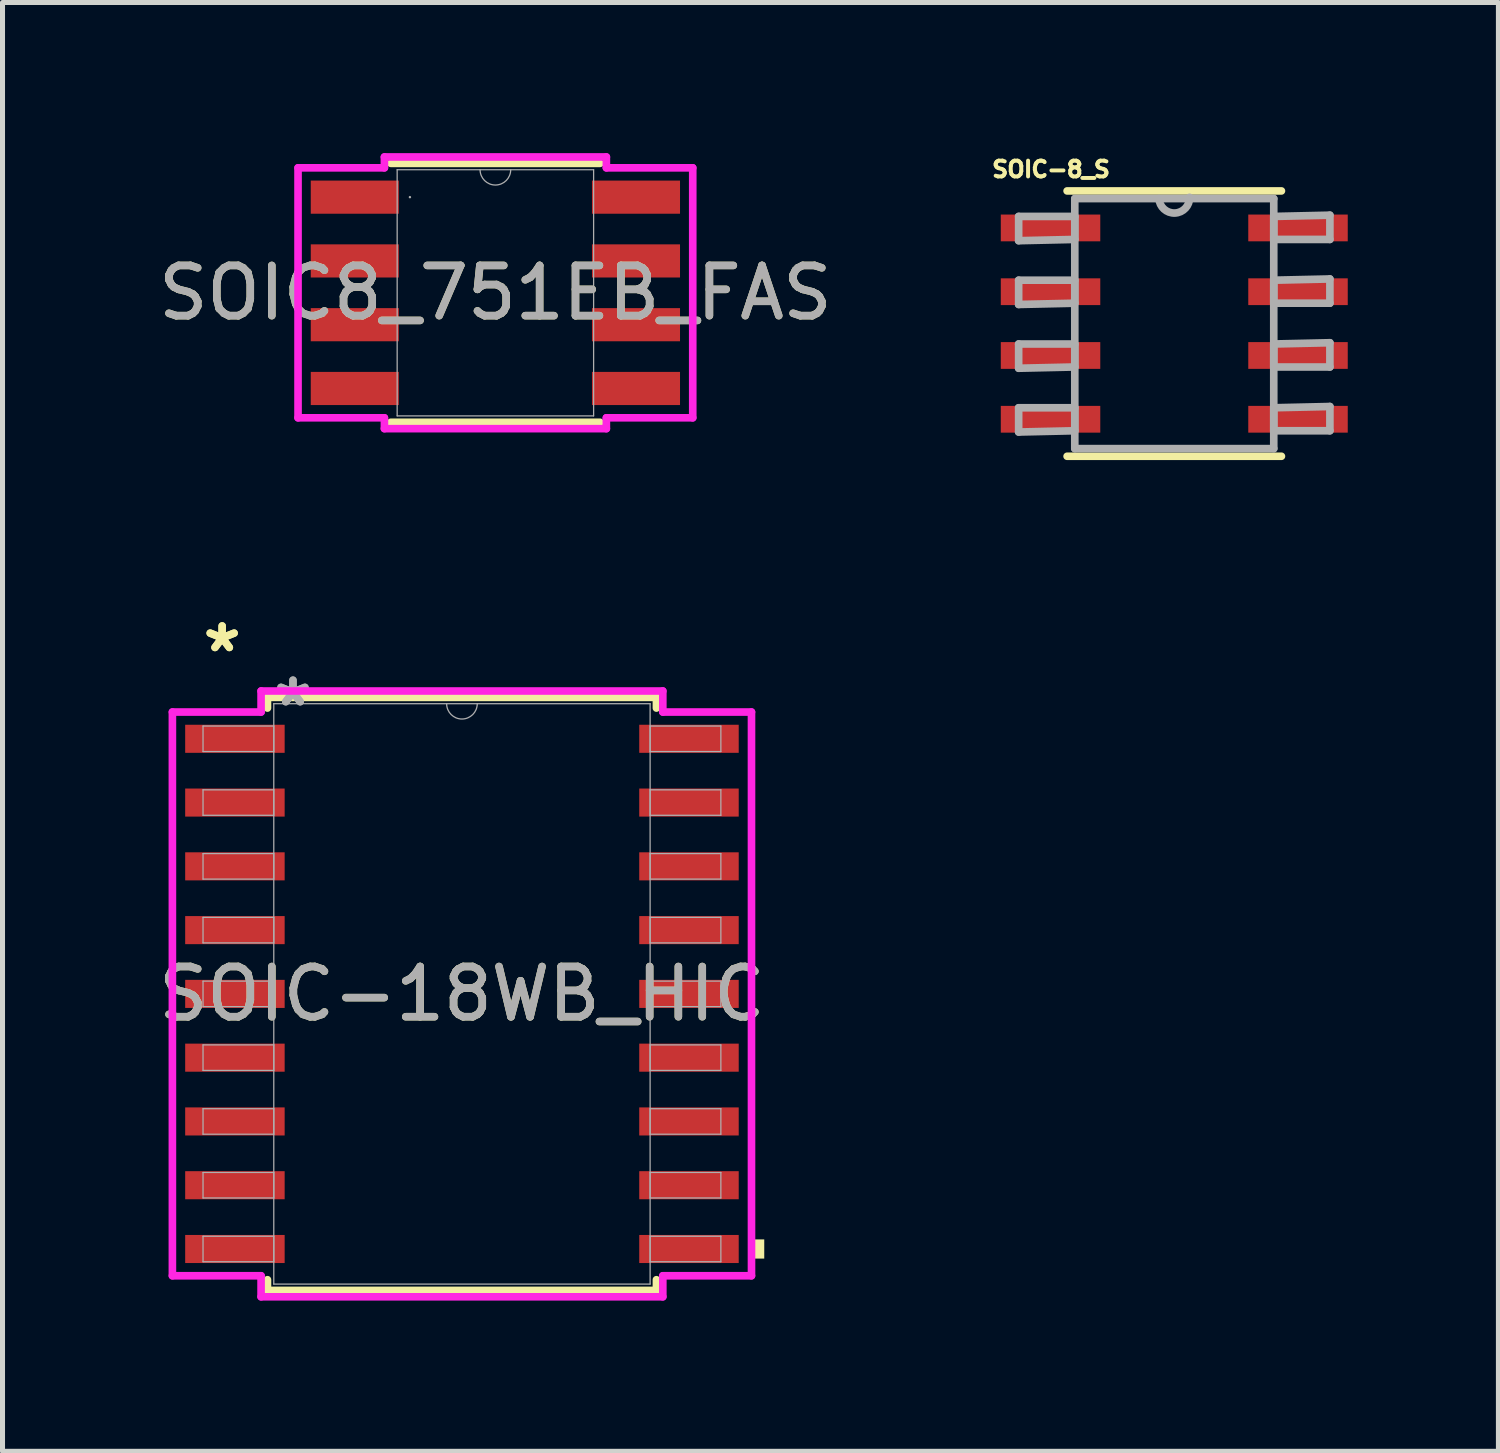
<source format=kicad_pcb>
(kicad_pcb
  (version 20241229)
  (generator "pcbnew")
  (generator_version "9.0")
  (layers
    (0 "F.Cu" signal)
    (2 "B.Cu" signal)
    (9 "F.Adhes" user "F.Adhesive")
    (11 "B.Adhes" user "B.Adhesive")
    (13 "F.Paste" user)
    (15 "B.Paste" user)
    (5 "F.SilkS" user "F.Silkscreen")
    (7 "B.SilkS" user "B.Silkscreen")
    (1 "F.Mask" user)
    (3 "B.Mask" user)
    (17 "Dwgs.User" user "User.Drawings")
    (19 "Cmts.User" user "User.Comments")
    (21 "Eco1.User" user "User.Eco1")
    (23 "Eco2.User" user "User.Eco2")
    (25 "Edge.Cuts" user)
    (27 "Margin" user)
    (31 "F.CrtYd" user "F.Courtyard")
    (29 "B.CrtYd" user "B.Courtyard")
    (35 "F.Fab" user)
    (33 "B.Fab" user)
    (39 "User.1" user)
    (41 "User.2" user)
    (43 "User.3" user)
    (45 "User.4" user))
  (footprint "SOIC-18WB_HIC"
    (layer "F.Cu")
    (at 6.149 16.742)
    (property "Reference" "SOIC-18WB_HIC" (at 0 0 0) (unlocked yes) (layer "F.SilkS") (effects (font (size 1 1) (thickness 0.15))))
    (attr smd)
    (fp_line (start -3.873 -5.905) (end -3.873 -5.692) (stroke (width 0.152) (type solid)) (layer "F.SilkS"))
    (fp_line (start -3.873 5.692) (end -3.873 5.905) (stroke (width 0.152) (type solid)) (layer "F.SilkS"))
    (fp_line (start -3.873 5.905) (end 3.873 5.905) (stroke (width 0.152) (type solid)) (layer "F.SilkS"))
    (fp_line (start 3.873 -5.905) (end -3.873 -5.905) (stroke (width 0.152) (type solid)) (layer "F.SilkS"))
    (fp_line (start 3.873 -5.692) (end 3.873 -5.905) (stroke (width 0.152) (type solid)) (layer "F.SilkS"))
    (fp_line (start 3.873 5.905) (end 3.873 5.692) (stroke (width 0.152) (type solid)) (layer "F.SilkS"))
    (fp_poly (pts (xy 6.02 4.889) (xy 6.02 5.271) (xy 5.766 5.271) (xy 5.766 4.889)) (stroke (width 0) (type solid)) (fill yes) (layer "F.SilkS"))
    (fp_line (start -5.766 -5.613) (end -4 -5.613) (stroke (width 0.152) (type solid)) (layer "F.CrtYd"))
    (fp_line (start -5.766 5.613) (end -5.766 -5.613) (stroke (width 0.152) (type solid)) (layer "F.CrtYd"))
    (fp_line (start -5.766 5.613) (end -4 5.613) (stroke (width 0.152) (type solid)) (layer "F.CrtYd"))
    (fp_line (start -4 -6.032) (end 4 -6.032) (stroke (width 0.152) (type solid)) (layer "F.CrtYd"))
    (fp_line (start -4 -5.613) (end -4 -6.032) (stroke (width 0.152) (type solid)) (layer "F.CrtYd"))
    (fp_line (start -4 6.032) (end -4 5.613) (stroke (width 0.152) (type solid)) (layer "F.CrtYd"))
    (fp_line (start 4 -6.032) (end 4 -5.613) (stroke (width 0.152) (type solid)) (layer "F.CrtYd"))
    (fp_line (start 4 5.613) (end 4 6.032) (stroke (width 0.152) (type solid)) (layer "F.CrtYd"))
    (fp_line (start 4 6.032) (end -4 6.032) (stroke (width 0.152) (type solid)) (layer "F.CrtYd"))
    (fp_line (start 5.766 -5.613) (end 4 -5.613) (stroke (width 0.152) (type solid)) (layer "F.CrtYd"))
    (fp_line (start 5.766 -5.613) (end 5.766 5.613) (stroke (width 0.152) (type solid)) (layer "F.CrtYd"))
    (fp_line (start 5.766 5.613) (end 4 5.613) (stroke (width 0.152) (type solid)) (layer "F.CrtYd"))
    (fp_line (start -5.156 -5.334) (end -5.156 -4.826) (stroke (width 0.025) (type solid)) (layer "F.Fab"))
    (fp_line (start -5.156 -4.826) (end -3.747 -4.826) (stroke (width 0.025) (type solid)) (layer "F.Fab"))
    (fp_line (start -5.156 -4.064) (end -5.156 -3.556) (stroke (width 0.025) (type solid)) (layer "F.Fab"))
    (fp_line (start -5.156 -3.556) (end -3.747 -3.556) (stroke (width 0.025) (type solid)) (layer "F.Fab"))
    (fp_line (start -5.156 -2.794) (end -5.156 -2.286) (stroke (width 0.025) (type solid)) (layer "F.Fab"))
    (fp_line (start -5.156 -2.286) (end -3.747 -2.286) (stroke (width 0.025) (type solid)) (layer "F.Fab"))
    (fp_line (start -5.156 -1.524) (end -5.156 -1.016) (stroke (width 0.025) (type solid)) (layer "F.Fab"))
    (fp_line (start -5.156 -1.016) (end -3.747 -1.016) (stroke (width 0.025) (type solid)) (layer "F.Fab"))
    (fp_line (start -5.156 -0.254) (end -5.156 0.254) (stroke (width 0.025) (type solid)) (layer "F.Fab"))
    (fp_line (start -5.156 0.254) (end -3.747 0.254) (stroke (width 0.025) (type solid)) (layer "F.Fab"))
    (fp_line (start -5.156 1.016) (end -5.156 1.524) (stroke (width 0.025) (type solid)) (layer "F.Fab"))
    (fp_line (start -5.156 1.524) (end -3.747 1.524) (stroke (width 0.025) (type solid)) (layer "F.Fab"))
    (fp_line (start -5.156 2.286) (end -5.156 2.794) (stroke (width 0.025) (type solid)) (layer "F.Fab"))
    (fp_line (start -5.156 2.794) (end -3.747 2.794) (stroke (width 0.025) (type solid)) (layer "F.Fab"))
    (fp_line (start -5.156 3.556) (end -5.156 4.064) (stroke (width 0.025) (type solid)) (layer "F.Fab"))
    (fp_line (start -5.156 4.064) (end -3.747 4.064) (stroke (width 0.025) (type solid)) (layer "F.Fab"))
    (fp_line (start -5.156 4.826) (end -5.156 5.334) (stroke (width 0.025) (type solid)) (layer "F.Fab"))
    (fp_line (start -5.156 5.334) (end -3.747 5.334) (stroke (width 0.025) (type solid)) (layer "F.Fab"))
    (fp_line (start -3.747 -5.779) (end -3.747 5.779) (stroke (width 0.025) (type solid)) (layer "F.Fab"))
    (fp_line (start -3.747 -5.334) (end -5.156 -5.334) (stroke (width 0.025) (type solid)) (layer "F.Fab"))
    (fp_line (start -3.747 -4.826) (end -3.747 -5.334) (stroke (width 0.025) (type solid)) (layer "F.Fab"))
    (fp_line (start -3.747 -4.064) (end -5.156 -4.064) (stroke (width 0.025) (type solid)) (layer "F.Fab"))
    (fp_line (start -3.747 -3.556) (end -3.747 -4.064) (stroke (width 0.025) (type solid)) (layer "F.Fab"))
    (fp_line (start -3.747 -2.794) (end -5.156 -2.794) (stroke (width 0.025) (type solid)) (layer "F.Fab"))
    (fp_line (start -3.747 -2.286) (end -3.747 -2.794) (stroke (width 0.025) (type solid)) (layer "F.Fab"))
    (fp_line (start -3.747 -1.524) (end -5.156 -1.524) (stroke (width 0.025) (type solid)) (layer "F.Fab"))
    (fp_line (start -3.747 -1.016) (end -3.747 -1.524) (stroke (width 0.025) (type solid)) (layer "F.Fab"))
    (fp_line (start -3.747 -0.254) (end -5.156 -0.254) (stroke (width 0.025) (type solid)) (layer "F.Fab"))
    (fp_line (start -3.747 0.254) (end -3.747 -0.254) (stroke (width 0.025) (type solid)) (layer "F.Fab"))
    (fp_line (start -3.747 1.016) (end -5.156 1.016) (stroke (width 0.025) (type solid)) (layer "F.Fab"))
    (fp_line (start -3.747 1.524) (end -3.747 1.016) (stroke (width 0.025) (type solid)) (layer "F.Fab"))
    (fp_line (start -3.747 2.286) (end -5.156 2.286) (stroke (width 0.025) (type solid)) (layer "F.Fab"))
    (fp_line (start -3.747 2.794) (end -3.747 2.286) (stroke (width 0.025) (type solid)) (layer "F.Fab"))
    (fp_line (start -3.747 3.556) (end -5.156 3.556) (stroke (width 0.025) (type solid)) (layer "F.Fab"))
    (fp_line (start -3.747 4.064) (end -3.747 3.556) (stroke (width 0.025) (type solid)) (layer "F.Fab"))
    (fp_line (start -3.747 4.826) (end -5.156 4.826) (stroke (width 0.025) (type solid)) (layer "F.Fab"))
    (fp_line (start -3.747 5.334) (end -3.747 4.826) (stroke (width 0.025) (type solid)) (layer "F.Fab"))
    (fp_line (start -3.747 5.779) (end 3.747 5.779) (stroke (width 0.025) (type solid)) (layer "F.Fab"))
    (fp_line (start 3.747 -5.779) (end -3.747 -5.779) (stroke (width 0.025) (type solid)) (layer "F.Fab"))
    (fp_line (start 3.747 -5.334) (end 3.747 -4.826) (stroke (width 0.025) (type solid)) (layer "F.Fab"))
    (fp_line (start 3.747 -4.826) (end 5.156 -4.826) (stroke (width 0.025) (type solid)) (layer "F.Fab"))
    (fp_line (start 3.747 -4.064) (end 3.747 -3.556) (stroke (width 0.025) (type solid)) (layer "F.Fab"))
    (fp_line (start 3.747 -3.556) (end 5.156 -3.556) (stroke (width 0.025) (type solid)) (layer "F.Fab"))
    (fp_line (start 3.747 -2.794) (end 3.747 -2.286) (stroke (width 0.025) (type solid)) (layer "F.Fab"))
    (fp_line (start 3.747 -2.286) (end 5.156 -2.286) (stroke (width 0.025) (type solid)) (layer "F.Fab"))
    (fp_line (start 3.747 -1.524) (end 3.747 -1.016) (stroke (width 0.025) (type solid)) (layer "F.Fab"))
    (fp_line (start 3.747 -1.016) (end 5.156 -1.016) (stroke (width 0.025) (type solid)) (layer "F.Fab"))
    (fp_line (start 3.747 -0.254) (end 3.747 0.254) (stroke (width 0.025) (type solid)) (layer "F.Fab"))
    (fp_line (start 3.747 0.254) (end 5.156 0.254) (stroke (width 0.025) (type solid)) (layer "F.Fab"))
    (fp_line (start 3.747 1.016) (end 3.747 1.524) (stroke (width 0.025) (type solid)) (layer "F.Fab"))
    (fp_line (start 3.747 1.524) (end 5.156 1.524) (stroke (width 0.025) (type solid)) (layer "F.Fab"))
    (fp_line (start 3.747 2.286) (end 3.747 2.794) (stroke (width 0.025) (type solid)) (layer "F.Fab"))
    (fp_line (start 3.747 2.794) (end 5.156 2.794) (stroke (width 0.025) (type solid)) (layer "F.Fab"))
    (fp_line (start 3.747 3.556) (end 3.747 4.064) (stroke (width 0.025) (type solid)) (layer "F.Fab"))
    (fp_line (start 3.747 4.064) (end 5.156 4.064) (stroke (width 0.025) (type solid)) (layer "F.Fab"))
    (fp_line (start 3.747 4.826) (end 3.747 5.334) (stroke (width 0.025) (type solid)) (layer "F.Fab"))
    (fp_line (start 3.747 5.334) (end 5.156 5.334) (stroke (width 0.025) (type solid)) (layer "F.Fab"))
    (fp_line (start 3.747 5.779) (end 3.747 -5.779) (stroke (width 0.025) (type solid)) (layer "F.Fab"))
    (fp_line (start 5.156 -5.334) (end 3.747 -5.334) (stroke (width 0.025) (type solid)) (layer "F.Fab"))
    (fp_line (start 5.156 -4.826) (end 5.156 -5.334) (stroke (width 0.025) (type solid)) (layer "F.Fab"))
    (fp_line (start 5.156 -4.064) (end 3.747 -4.064) (stroke (width 0.025) (type solid)) (layer "F.Fab"))
    (fp_line (start 5.156 -3.556) (end 5.156 -4.064) (stroke (width 0.025) (type solid)) (layer "F.Fab"))
    (fp_line (start 5.156 -2.794) (end 3.747 -2.794) (stroke (width 0.025) (type solid)) (layer "F.Fab"))
    (fp_line (start 5.156 -2.286) (end 5.156 -2.794) (stroke (width 0.025) (type solid)) (layer "F.Fab"))
    (fp_line (start 5.156 -1.524) (end 3.747 -1.524) (stroke (width 0.025) (type solid)) (layer "F.Fab"))
    (fp_line (start 5.156 -1.016) (end 5.156 -1.524) (stroke (width 0.025) (type solid)) (layer "F.Fab"))
    (fp_line (start 5.156 -0.254) (end 3.747 -0.254) (stroke (width 0.025) (type solid)) (layer "F.Fab"))
    (fp_line (start 5.156 0.254) (end 5.156 -0.254) (stroke (width 0.025) (type solid)) (layer "F.Fab"))
    (fp_line (start 5.156 1.016) (end 3.747 1.016) (stroke (width 0.025) (type solid)) (layer "F.Fab"))
    (fp_line (start 5.156 1.524) (end 5.156 1.016) (stroke (width 0.025) (type solid)) (layer "F.Fab"))
    (fp_line (start 5.156 2.286) (end 3.747 2.286) (stroke (width 0.025) (type solid)) (layer "F.Fab"))
    (fp_line (start 5.156 2.794) (end 5.156 2.286) (stroke (width 0.025) (type solid)) (layer "F.Fab"))
    (fp_line (start 5.156 3.556) (end 3.747 3.556) (stroke (width 0.025) (type solid)) (layer "F.Fab"))
    (fp_line (start 5.156 4.064) (end 5.156 3.556) (stroke (width 0.025) (type solid)) (layer "F.Fab"))
    (fp_line (start 5.156 4.826) (end 3.747 4.826) (stroke (width 0.025) (type solid)) (layer "F.Fab"))
    (fp_line (start 5.156 5.334) (end 5.156 4.826) (stroke (width 0.025) (type solid)) (layer "F.Fab"))
    (fp_arc (start 0.3048 -5.7785) (mid 0 -5.4737) (end -0.3048 -5.7785) (stroke (width 0.0254) (type solid)) (layer "F.Fab"))
    (fp_text user "*" (at -4.775 -6.782 0) (unlocked yes) (layer "F.SilkS") (effects (font (size 1 1) (thickness 0.15))))
    (fp_text user "*" (at -4.775 -6.782 0) (layer "F.SilkS") (effects (font (size 1 1) (thickness 0.15))))
    (fp_text user "${REFERENCE}" (at 0 0 0) (unlocked yes) (layer "F.Fab") (effects (font (size 1 1) (thickness 0.15))))
    (fp_text user "*" (at -3.365 -5.702 0) (unlocked yes) (layer "F.Fab") (effects (font (size 1 1) (thickness 0.15))))
    (fp_text user "*" (at -3.365 -5.702 0) (layer "F.Fab") (effects (font (size 1 1) (thickness 0.15))))
    (pad "1" smd rect (at -4.521 -5.08) (size 1.981 0.559) (layers "F.Cu" "F.Mask" "F.Paste"))
    (pad "2" smd rect (at -4.521 -3.81) (size 1.981 0.559) (layers "F.Cu" "F.Mask" "F.Paste"))
    (pad "3" smd rect (at -4.521 -2.54) (size 1.981 0.559) (layers "F.Cu" "F.Mask" "F.Paste"))
    (pad "4" smd rect (at -4.521 -1.27) (size 1.981 0.559) (layers "F.Cu" "F.Mask" "F.Paste"))
    (pad "5" smd rect (at -4.521 0) (size 1.981 0.559) (layers "F.Cu" "F.Mask" "F.Paste"))
    (pad "6" smd rect (at -4.521 1.27) (size 1.981 0.559) (layers "F.Cu" "F.Mask" "F.Paste"))
    (pad "7" smd rect (at -4.521 2.54) (size 1.981 0.559) (layers "F.Cu" "F.Mask" "F.Paste"))
    (pad "8" smd rect (at -4.521 3.81) (size 1.981 0.559) (layers "F.Cu" "F.Mask" "F.Paste"))
    (pad "9" smd rect (at -4.521 5.08) (size 1.981 0.559) (layers "F.Cu" "F.Mask" "F.Paste"))
    (pad "10" smd rect (at 4.521 5.08) (size 1.981 0.559) (layers "F.Cu" "F.Mask" "F.Paste"))
    (pad "11" smd rect (at 4.521 3.81) (size 1.981 0.559) (layers "F.Cu" "F.Mask" "F.Paste"))
    (pad "12" smd rect (at 4.521 2.54) (size 1.981 0.559) (layers "F.Cu" "F.Mask" "F.Paste"))
    (pad "13" smd rect (at 4.521 1.27) (size 1.981 0.559) (layers "F.Cu" "F.Mask" "F.Paste"))
    (pad "14" smd rect (at 4.521 0) (size 1.981 0.559) (layers "F.Cu" "F.Mask" "F.Paste"))
    (pad "15" smd rect (at 4.521 -1.27) (size 1.981 0.559) (layers "F.Cu" "F.Mask" "F.Paste"))
    (pad "16" smd rect (at 4.521 -2.54) (size 1.981 0.559) (layers "F.Cu" "F.Mask" "F.Paste"))
    (pad "17" smd rect (at 4.521 -3.81) (size 1.981 0.559) (layers "F.Cu" "F.Mask" "F.Paste"))
    (pad "18" smd rect (at 4.521 -5.08) (size 1.981 0.559) (layers "F.Cu" "F.Mask" "F.Paste")))
  (footprint "SOIC-8_S"
    (layer "F.Cu")
    (at 20.334 3.394)
    (property "Reference" "SOIC-8_S" (at -2.454 -3.072 0) (layer "F.SilkS") (effects (font (size 0.315 0.315) (thickness 0.15))))
    (attr smd)
    (fp_line (start -2.134 2.642) (end 2.134 2.642) (stroke (width 0.152) (type solid)) (layer "F.SilkS"))
    (fp_line (start 2.134 -2.642) (end -2.134 -2.642) (stroke (width 0.152) (type solid)) (layer "F.SilkS"))
    (fp_line (start -3.099 -2.134) (end -3.099 -1.651) (stroke (width 0.152) (type solid)) (layer "F.Fab"))
    (fp_line (start -3.099 -1.651) (end -1.981 -1.676) (stroke (width 0.152) (type solid)) (layer "F.Fab"))
    (fp_line (start -3.099 -0.864) (end -3.099 -0.381) (stroke (width 0.152) (type solid)) (layer "F.Fab"))
    (fp_line (start -3.099 -0.381) (end -1.981 -0.406) (stroke (width 0.152) (type solid)) (layer "F.Fab"))
    (fp_line (start -3.099 0.406) (end -3.099 0.889) (stroke (width 0.152) (type solid)) (layer "F.Fab"))
    (fp_line (start -3.099 0.889) (end -1.981 0.864) (stroke (width 0.152) (type solid)) (layer "F.Fab"))
    (fp_line (start -3.099 1.676) (end -3.099 2.159) (stroke (width 0.152) (type solid)) (layer "F.Fab"))
    (fp_line (start -3.099 2.159) (end -1.981 2.134) (stroke (width 0.152) (type solid)) (layer "F.Fab"))
    (fp_line (start -1.981 -2.489) (end -1.981 2.489) (stroke (width 0.152) (type solid)) (layer "F.Fab"))
    (fp_line (start -1.981 -2.134) (end -3.099 -2.134) (stroke (width 0.152) (type solid)) (layer "F.Fab"))
    (fp_line (start -1.981 -1.676) (end -1.981 -2.134) (stroke (width 0.152) (type solid)) (layer "F.Fab"))
    (fp_line (start -1.981 -0.864) (end -3.099 -0.864) (stroke (width 0.152) (type solid)) (layer "F.Fab"))
    (fp_line (start -1.981 -0.406) (end -1.981 -0.864) (stroke (width 0.152) (type solid)) (layer "F.Fab"))
    (fp_line (start -1.981 0.406) (end -3.099 0.406) (stroke (width 0.152) (type solid)) (layer "F.Fab"))
    (fp_line (start -1.981 0.864) (end -1.981 0.406) (stroke (width 0.152) (type solid)) (layer "F.Fab"))
    (fp_line (start -1.981 1.676) (end -3.099 1.676) (stroke (width 0.152) (type solid)) (layer "F.Fab"))
    (fp_line (start -1.981 2.134) (end -1.981 1.676) (stroke (width 0.152) (type solid)) (layer "F.Fab"))
    (fp_line (start -1.981 2.489) (end 1.981 2.489) (stroke (width 0.152) (type solid)) (layer "F.Fab"))
    (fp_line (start -0.305 -2.489) (end -1.981 -2.489) (stroke (width 0.152) (type solid)) (layer "F.Fab"))
    (fp_line (start 1.981 -2.489) (end -0.305 -2.489) (stroke (width 0.152) (type solid)) (layer "F.Fab"))
    (fp_line (start 1.981 -2.134) (end 1.981 -1.676) (stroke (width 0.152) (type solid)) (layer "F.Fab"))
    (fp_line (start 1.981 -1.676) (end 3.099 -1.676) (stroke (width 0.152) (type solid)) (layer "F.Fab"))
    (fp_line (start 1.981 -0.864) (end 1.981 -0.406) (stroke (width 0.152) (type solid)) (layer "F.Fab"))
    (fp_line (start 1.981 -0.406) (end 3.099 -0.406) (stroke (width 0.152) (type solid)) (layer "F.Fab"))
    (fp_line (start 1.981 0.406) (end 1.981 0.864) (stroke (width 0.152) (type solid)) (layer "F.Fab"))
    (fp_line (start 1.981 0.864) (end 3.099 0.864) (stroke (width 0.152) (type solid)) (layer "F.Fab"))
    (fp_line (start 1.981 1.676) (end 1.981 2.134) (stroke (width 0.152) (type solid)) (layer "F.Fab"))
    (fp_line (start 1.981 2.134) (end 3.099 2.134) (stroke (width 0.152) (type solid)) (layer "F.Fab"))
    (fp_line (start 1.981 2.489) (end 1.981 -2.489) (stroke (width 0.152) (type solid)) (layer "F.Fab"))
    (fp_line (start 3.099 -2.159) (end 1.981 -2.134) (stroke (width 0.152) (type solid)) (layer "F.Fab"))
    (fp_line (start 3.099 -1.676) (end 3.099 -2.159) (stroke (width 0.152) (type solid)) (layer "F.Fab"))
    (fp_line (start 3.099 -0.889) (end 1.981 -0.864) (stroke (width 0.152) (type solid)) (layer "F.Fab"))
    (fp_line (start 3.099 -0.406) (end 3.099 -0.889) (stroke (width 0.152) (type solid)) (layer "F.Fab"))
    (fp_line (start 3.099 0.381) (end 1.981 0.406) (stroke (width 0.152) (type solid)) (layer "F.Fab"))
    (fp_line (start 3.099 0.864) (end 3.099 0.381) (stroke (width 0.152) (type solid)) (layer "F.Fab"))
    (fp_line (start 3.099 1.651) (end 1.981 1.676) (stroke (width 0.152) (type solid)) (layer "F.Fab"))
    (fp_line (start 3.099 2.134) (end 3.099 1.651) (stroke (width 0.152) (type solid)) (layer "F.Fab"))
    (fp_arc (start 0.3048 -2.5146) (mid 0.0127 -2.1971) (end -0.3048 -2.4892) (stroke (width 0.1524) (type solid)) (layer "F.Fab"))
    (pad "1" smd rect (at -2.464 -1.905) (size 1.981 0.533) (layers "F.Cu" "F.Mask" "F.Paste"))
    (pad "2" smd rect (at -2.464 -0.635) (size 1.981 0.533) (layers "F.Cu" "F.Mask" "F.Paste"))
    (pad "3" smd rect (at -2.464 0.635) (size 1.981 0.533) (layers "F.Cu" "F.Mask" "F.Paste"))
    (pad "4" smd rect (at -2.464 1.905) (size 1.981 0.533) (layers "F.Cu" "F.Mask" "F.Paste"))
    (pad "5" smd rect (at 2.464 1.905) (size 1.981 0.533) (layers "F.Cu" "F.Mask" "F.Paste"))
    (pad "6" smd rect (at 2.464 0.635) (size 1.981 0.533) (layers "F.Cu" "F.Mask" "F.Paste"))
    (pad "7" smd rect (at 2.464 -0.635) (size 1.981 0.533) (layers "F.Cu" "F.Mask" "F.Paste"))
    (pad "8" smd rect (at 2.464 -1.905) (size 1.981 0.533) (layers "F.Cu" "F.Mask" "F.Paste")))
  (footprint "SOIC8_751EB_FAS"
    (layer "F.Cu")
    (at 6.815 2.781)
    (property "Reference" "SOIC8_751EB_FAS" (at 0 0 0) (unlocked yes) (layer "F.SilkS") (effects (font (size 1 1) (thickness 0.15))))
    (attr smd)
    (fp_line (start -2.083 2.578) (end 2.083 2.578) (stroke (width 0.152) (type solid)) (layer "F.SilkS"))
    (fp_line (start 2.083 -2.578) (end -2.083 -2.578) (stroke (width 0.152) (type solid)) (layer "F.SilkS"))
    (fp_line (start -3.93 -2.489) (end -2.21 -2.489) (stroke (width 0.152) (type solid)) (layer "F.CrtYd"))
    (fp_line (start -3.93 2.489) (end -3.93 -2.489) (stroke (width 0.152) (type solid)) (layer "F.CrtYd"))
    (fp_line (start -3.93 2.489) (end -2.21 2.489) (stroke (width 0.152) (type solid)) (layer "F.CrtYd"))
    (fp_line (start -2.21 -2.705) (end 2.21 -2.705) (stroke (width 0.152) (type solid)) (layer "F.CrtYd"))
    (fp_line (start -2.21 -2.489) (end -2.21 -2.705) (stroke (width 0.152) (type solid)) (layer "F.CrtYd"))
    (fp_line (start -2.21 2.705) (end -2.21 2.489) (stroke (width 0.152) (type solid)) (layer "F.CrtYd"))
    (fp_line (start 2.21 -2.705) (end 2.21 -2.489) (stroke (width 0.152) (type solid)) (layer "F.CrtYd"))
    (fp_line (start 2.21 2.489) (end 2.21 2.705) (stroke (width 0.152) (type solid)) (layer "F.CrtYd"))
    (fp_line (start 2.21 2.705) (end -2.21 2.705) (stroke (width 0.152) (type solid)) (layer "F.CrtYd"))
    (fp_line (start 3.93 -2.489) (end 2.21 -2.489) (stroke (width 0.152) (type solid)) (layer "F.CrtYd"))
    (fp_line (start 3.93 -2.489) (end 3.93 2.489) (stroke (width 0.152) (type solid)) (layer "F.CrtYd"))
    (fp_line (start 3.93 2.489) (end 2.21 2.489) (stroke (width 0.152) (type solid)) (layer "F.CrtYd"))
    (fp_line (start -1.956 -2.451) (end -1.956 2.451) (stroke (width 0.025) (type solid)) (layer "F.Fab"))
    (fp_line (start -1.956 2.451) (end 1.956 2.451) (stroke (width 0.025) (type solid)) (layer "F.Fab"))
    (fp_line (start 1.956 -2.451) (end -1.956 -2.451) (stroke (width 0.025) (type solid)) (layer "F.Fab"))
    (fp_line (start 1.956 2.451) (end 1.956 -2.451) (stroke (width 0.025) (type solid)) (layer "F.Fab"))
    (fp_arc (start 0.3048 -2.4511) (mid 0 -2.1463) (end -0.3048 -2.4511) (stroke (width 0.0254) (type solid)) (layer "F.Fab"))
    (fp_circle (center -1.702 -1.905) (end -1.702 -1.905) (stroke (width 0.025) (type solid)) (fill no) (layer "F.Fab"))
    (fp_text user "${REFERENCE}" (at 0 0 0) (unlocked yes) (layer "F.Fab") (effects (font (size 1 1) (thickness 0.15))))
    (pad "1" smd rect (at -2.8 -1.905) (size 1.753 0.66) (layers "F.Cu" "F.Mask" "F.Paste"))
    (pad "2" smd rect (at -2.8 -0.635) (size 1.753 0.66) (layers "F.Cu" "F.Mask" "F.Paste"))
    (pad "3" smd rect (at -2.8 0.635) (size 1.753 0.66) (layers "F.Cu" "F.Mask" "F.Paste"))
    (pad "4" smd rect (at -2.8 1.905) (size 1.753 0.66) (layers "F.Cu" "F.Mask" "F.Paste"))
    (pad "5" smd rect (at 2.8 1.905) (size 1.753 0.66) (layers "F.Cu" "F.Mask" "F.Paste"))
    (pad "6" smd rect (at 2.8 0.635) (size 1.753 0.66) (layers "F.Cu" "F.Mask" "F.Paste"))
    (pad "7" smd rect (at 2.8 -0.635) (size 1.753 0.66) (layers "F.Cu" "F.Mask" "F.Paste"))
    (pad "8" smd rect (at 2.8 -1.905) (size 1.753 0.66) (layers "F.Cu" "F.Mask" "F.Paste")))
  (gr_rect
    (start -3 -3)
    (end 26.789 25.851)
    (stroke (width 0.1) (type default))
    (fill no)
    (layer "Edge.Cuts")))
</source>
